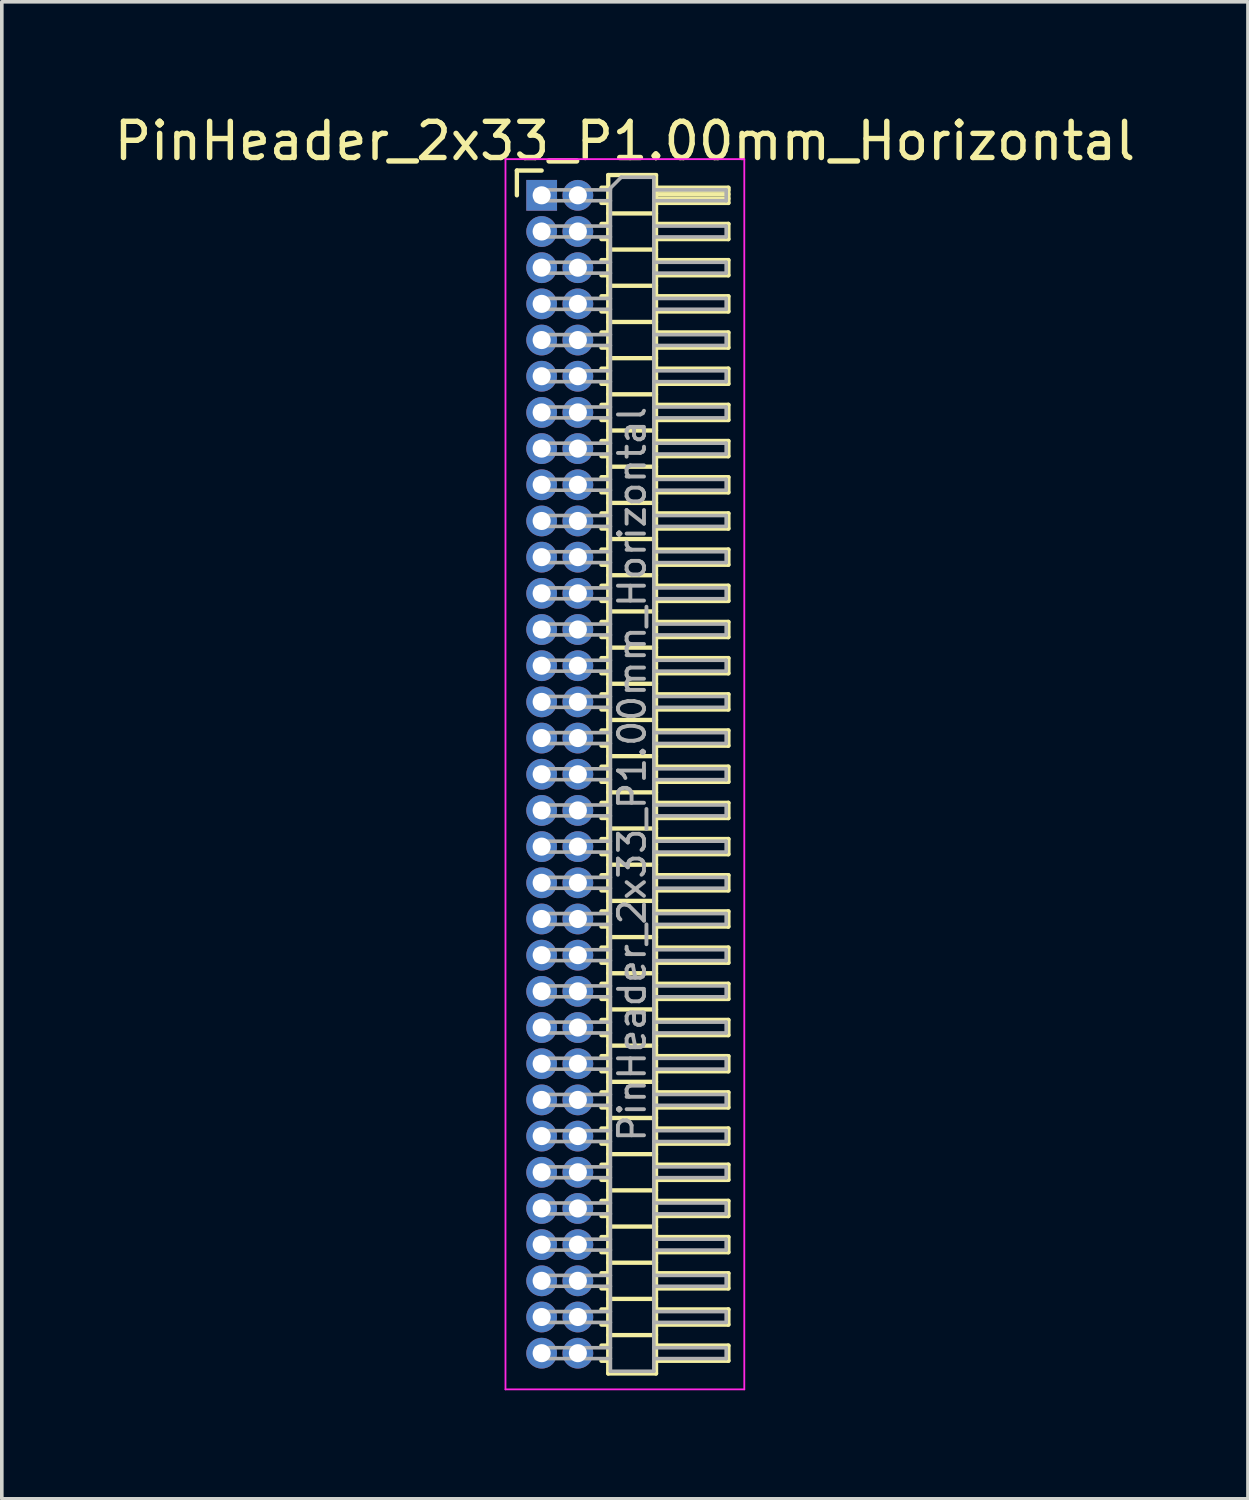
<source format=kicad_pcb>
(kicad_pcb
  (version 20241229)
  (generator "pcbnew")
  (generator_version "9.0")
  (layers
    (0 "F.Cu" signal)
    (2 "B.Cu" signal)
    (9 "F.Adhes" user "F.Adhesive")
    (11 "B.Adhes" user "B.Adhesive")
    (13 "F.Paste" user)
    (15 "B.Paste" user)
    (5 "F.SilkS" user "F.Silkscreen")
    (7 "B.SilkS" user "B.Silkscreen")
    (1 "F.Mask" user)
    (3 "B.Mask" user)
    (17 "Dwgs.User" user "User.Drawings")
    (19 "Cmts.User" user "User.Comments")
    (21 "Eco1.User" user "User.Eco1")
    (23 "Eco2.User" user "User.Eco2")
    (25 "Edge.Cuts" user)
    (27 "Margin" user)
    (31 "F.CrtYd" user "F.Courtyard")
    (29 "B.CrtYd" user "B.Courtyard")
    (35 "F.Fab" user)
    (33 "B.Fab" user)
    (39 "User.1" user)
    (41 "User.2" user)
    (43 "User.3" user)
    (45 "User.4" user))
  (footprint "PinHeader_2x33_P1.00mm_Horizontal"
    (layer "F.Cu")
    (at 11.92 2.348)
    (property "Reference" "PinHeader_2x33_P1.00mm_Horizontal" (at 2.3 -1.5 0) (layer "F.SilkS") (effects (font (size 1 1) (thickness 0.15))))
    (attr through_hole)
    (fp_line (start -0.685 -0.685) (end 0 -0.685) (stroke (width 0.12) (type solid)) (layer "F.SilkS"))
    (fp_line (start -0.685 0) (end -0.685 -0.685) (stroke (width 0.12) (type solid)) (layer "F.SilkS"))
    (fp_line (start 1.652 -0.21) (end 1.84 -0.21) (stroke (width 0.12) (type solid)) (layer "F.SilkS"))
    (fp_line (start 1.652 0.21) (end 1.84 0.21) (stroke (width 0.12) (type solid)) (layer "F.SilkS"))
    (fp_line (start 1.652 0.79) (end 1.84 0.79) (stroke (width 0.12) (type solid)) (layer "F.SilkS"))
    (fp_line (start 1.652 1.21) (end 1.84 1.21) (stroke (width 0.12) (type solid)) (layer "F.SilkS"))
    (fp_line (start 1.652 1.79) (end 1.84 1.79) (stroke (width 0.12) (type solid)) (layer "F.SilkS"))
    (fp_line (start 1.652 2.21) (end 1.84 2.21) (stroke (width 0.12) (type solid)) (layer "F.SilkS"))
    (fp_line (start 1.652 2.79) (end 1.84 2.79) (stroke (width 0.12) (type solid)) (layer "F.SilkS"))
    (fp_line (start 1.652 3.21) (end 1.84 3.21) (stroke (width 0.12) (type solid)) (layer "F.SilkS"))
    (fp_line (start 1.652 3.79) (end 1.84 3.79) (stroke (width 0.12) (type solid)) (layer "F.SilkS"))
    (fp_line (start 1.652 4.21) (end 1.84 4.21) (stroke (width 0.12) (type solid)) (layer "F.SilkS"))
    (fp_line (start 1.652 4.79) (end 1.84 4.79) (stroke (width 0.12) (type solid)) (layer "F.SilkS"))
    (fp_line (start 1.652 5.21) (end 1.84 5.21) (stroke (width 0.12) (type solid)) (layer "F.SilkS"))
    (fp_line (start 1.652 5.79) (end 1.84 5.79) (stroke (width 0.12) (type solid)) (layer "F.SilkS"))
    (fp_line (start 1.652 6.21) (end 1.84 6.21) (stroke (width 0.12) (type solid)) (layer "F.SilkS"))
    (fp_line (start 1.652 6.79) (end 1.84 6.79) (stroke (width 0.12) (type solid)) (layer "F.SilkS"))
    (fp_line (start 1.652 7.21) (end 1.84 7.21) (stroke (width 0.12) (type solid)) (layer "F.SilkS"))
    (fp_line (start 1.652 7.79) (end 1.84 7.79) (stroke (width 0.12) (type solid)) (layer "F.SilkS"))
    (fp_line (start 1.652 8.21) (end 1.84 8.21) (stroke (width 0.12) (type solid)) (layer "F.SilkS"))
    (fp_line (start 1.652 8.79) (end 1.84 8.79) (stroke (width 0.12) (type solid)) (layer "F.SilkS"))
    (fp_line (start 1.652 9.21) (end 1.84 9.21) (stroke (width 0.12) (type solid)) (layer "F.SilkS"))
    (fp_line (start 1.652 9.79) (end 1.84 9.79) (stroke (width 0.12) (type solid)) (layer "F.SilkS"))
    (fp_line (start 1.652 10.21) (end 1.84 10.21) (stroke (width 0.12) (type solid)) (layer "F.SilkS"))
    (fp_line (start 1.652 10.79) (end 1.84 10.79) (stroke (width 0.12) (type solid)) (layer "F.SilkS"))
    (fp_line (start 1.652 11.21) (end 1.84 11.21) (stroke (width 0.12) (type solid)) (layer "F.SilkS"))
    (fp_line (start 1.652 11.79) (end 1.84 11.79) (stroke (width 0.12) (type solid)) (layer "F.SilkS"))
    (fp_line (start 1.652 12.21) (end 1.84 12.21) (stroke (width 0.12) (type solid)) (layer "F.SilkS"))
    (fp_line (start 1.652 12.79) (end 1.84 12.79) (stroke (width 0.12) (type solid)) (layer "F.SilkS"))
    (fp_line (start 1.652 13.21) (end 1.84 13.21) (stroke (width 0.12) (type solid)) (layer "F.SilkS"))
    (fp_line (start 1.652 13.79) (end 1.84 13.79) (stroke (width 0.12) (type solid)) (layer "F.SilkS"))
    (fp_line (start 1.652 14.21) (end 1.84 14.21) (stroke (width 0.12) (type solid)) (layer "F.SilkS"))
    (fp_line (start 1.652 14.79) (end 1.84 14.79) (stroke (width 0.12) (type solid)) (layer "F.SilkS"))
    (fp_line (start 1.652 15.21) (end 1.84 15.21) (stroke (width 0.12) (type solid)) (layer "F.SilkS"))
    (fp_line (start 1.652 15.79) (end 1.84 15.79) (stroke (width 0.12) (type solid)) (layer "F.SilkS"))
    (fp_line (start 1.652 16.21) (end 1.84 16.21) (stroke (width 0.12) (type solid)) (layer "F.SilkS"))
    (fp_line (start 1.652 16.79) (end 1.84 16.79) (stroke (width 0.12) (type solid)) (layer "F.SilkS"))
    (fp_line (start 1.652 17.21) (end 1.84 17.21) (stroke (width 0.12) (type solid)) (layer "F.SilkS"))
    (fp_line (start 1.652 17.79) (end 1.84 17.79) (stroke (width 0.12) (type solid)) (layer "F.SilkS"))
    (fp_line (start 1.652 18.21) (end 1.84 18.21) (stroke (width 0.12) (type solid)) (layer "F.SilkS"))
    (fp_line (start 1.652 18.79) (end 1.84 18.79) (stroke (width 0.12) (type solid)) (layer "F.SilkS"))
    (fp_line (start 1.652 19.21) (end 1.84 19.21) (stroke (width 0.12) (type solid)) (layer "F.SilkS"))
    (fp_line (start 1.652 19.79) (end 1.84 19.79) (stroke (width 0.12) (type solid)) (layer "F.SilkS"))
    (fp_line (start 1.652 20.21) (end 1.84 20.21) (stroke (width 0.12) (type solid)) (layer "F.SilkS"))
    (fp_line (start 1.652 20.79) (end 1.84 20.79) (stroke (width 0.12) (type solid)) (layer "F.SilkS"))
    (fp_line (start 1.652 21.21) (end 1.84 21.21) (stroke (width 0.12) (type solid)) (layer "F.SilkS"))
    (fp_line (start 1.652 21.79) (end 1.84 21.79) (stroke (width 0.12) (type solid)) (layer "F.SilkS"))
    (fp_line (start 1.652 22.21) (end 1.84 22.21) (stroke (width 0.12) (type solid)) (layer "F.SilkS"))
    (fp_line (start 1.652 22.79) (end 1.84 22.79) (stroke (width 0.12) (type solid)) (layer "F.SilkS"))
    (fp_line (start 1.652 23.21) (end 1.84 23.21) (stroke (width 0.12) (type solid)) (layer "F.SilkS"))
    (fp_line (start 1.652 23.79) (end 1.84 23.79) (stroke (width 0.12) (type solid)) (layer "F.SilkS"))
    (fp_line (start 1.652 24.21) (end 1.84 24.21) (stroke (width 0.12) (type solid)) (layer "F.SilkS"))
    (fp_line (start 1.652 24.79) (end 1.84 24.79) (stroke (width 0.12) (type solid)) (layer "F.SilkS"))
    (fp_line (start 1.652 25.21) (end 1.84 25.21) (stroke (width 0.12) (type solid)) (layer "F.SilkS"))
    (fp_line (start 1.652 25.79) (end 1.84 25.79) (stroke (width 0.12) (type solid)) (layer "F.SilkS"))
    (fp_line (start 1.652 26.21) (end 1.84 26.21) (stroke (width 0.12) (type solid)) (layer "F.SilkS"))
    (fp_line (start 1.652 26.79) (end 1.84 26.79) (stroke (width 0.12) (type solid)) (layer "F.SilkS"))
    (fp_line (start 1.652 27.21) (end 1.84 27.21) (stroke (width 0.12) (type solid)) (layer "F.SilkS"))
    (fp_line (start 1.652 27.79) (end 1.84 27.79) (stroke (width 0.12) (type solid)) (layer "F.SilkS"))
    (fp_line (start 1.652 28.21) (end 1.84 28.21) (stroke (width 0.12) (type solid)) (layer "F.SilkS"))
    (fp_line (start 1.652 28.79) (end 1.84 28.79) (stroke (width 0.12) (type solid)) (layer "F.SilkS"))
    (fp_line (start 1.652 29.21) (end 1.84 29.21) (stroke (width 0.12) (type solid)) (layer "F.SilkS"))
    (fp_line (start 1.652 29.79) (end 1.84 29.79) (stroke (width 0.12) (type solid)) (layer "F.SilkS"))
    (fp_line (start 1.652 30.21) (end 1.84 30.21) (stroke (width 0.12) (type solid)) (layer "F.SilkS"))
    (fp_line (start 1.652 30.79) (end 1.84 30.79) (stroke (width 0.12) (type solid)) (layer "F.SilkS"))
    (fp_line (start 1.652 31.21) (end 1.84 31.21) (stroke (width 0.12) (type solid)) (layer "F.SilkS"))
    (fp_line (start 1.652 31.79) (end 1.84 31.79) (stroke (width 0.12) (type solid)) (layer "F.SilkS"))
    (fp_line (start 1.652 32.21) (end 1.84 32.21) (stroke (width 0.12) (type solid)) (layer "F.SilkS"))
    (fp_line (start 1.84 -0.56) (end 1.84 32.56) (stroke (width 0.12) (type solid)) (layer "F.SilkS"))
    (fp_line (start 1.84 0.5) (end 3.16 0.5) (stroke (width 0.12) (type solid)) (layer "F.SilkS"))
    (fp_line (start 1.84 1.5) (end 3.16 1.5) (stroke (width 0.12) (type solid)) (layer "F.SilkS"))
    (fp_line (start 1.84 2.5) (end 3.16 2.5) (stroke (width 0.12) (type solid)) (layer "F.SilkS"))
    (fp_line (start 1.84 3.5) (end 3.16 3.5) (stroke (width 0.12) (type solid)) (layer "F.SilkS"))
    (fp_line (start 1.84 4.5) (end 3.16 4.5) (stroke (width 0.12) (type solid)) (layer "F.SilkS"))
    (fp_line (start 1.84 5.5) (end 3.16 5.5) (stroke (width 0.12) (type solid)) (layer "F.SilkS"))
    (fp_line (start 1.84 6.5) (end 3.16 6.5) (stroke (width 0.12) (type solid)) (layer "F.SilkS"))
    (fp_line (start 1.84 7.5) (end 3.16 7.5) (stroke (width 0.12) (type solid)) (layer "F.SilkS"))
    (fp_line (start 1.84 8.5) (end 3.16 8.5) (stroke (width 0.12) (type solid)) (layer "F.SilkS"))
    (fp_line (start 1.84 9.5) (end 3.16 9.5) (stroke (width 0.12) (type solid)) (layer "F.SilkS"))
    (fp_line (start 1.84 10.5) (end 3.16 10.5) (stroke (width 0.12) (type solid)) (layer "F.SilkS"))
    (fp_line (start 1.84 11.5) (end 3.16 11.5) (stroke (width 0.12) (type solid)) (layer "F.SilkS"))
    (fp_line (start 1.84 12.5) (end 3.16 12.5) (stroke (width 0.12) (type solid)) (layer "F.SilkS"))
    (fp_line (start 1.84 13.5) (end 3.16 13.5) (stroke (width 0.12) (type solid)) (layer "F.SilkS"))
    (fp_line (start 1.84 14.5) (end 3.16 14.5) (stroke (width 0.12) (type solid)) (layer "F.SilkS"))
    (fp_line (start 1.84 15.5) (end 3.16 15.5) (stroke (width 0.12) (type solid)) (layer "F.SilkS"))
    (fp_line (start 1.84 16.5) (end 3.16 16.5) (stroke (width 0.12) (type solid)) (layer "F.SilkS"))
    (fp_line (start 1.84 17.5) (end 3.16 17.5) (stroke (width 0.12) (type solid)) (layer "F.SilkS"))
    (fp_line (start 1.84 18.5) (end 3.16 18.5) (stroke (width 0.12) (type solid)) (layer "F.SilkS"))
    (fp_line (start 1.84 19.5) (end 3.16 19.5) (stroke (width 0.12) (type solid)) (layer "F.SilkS"))
    (fp_line (start 1.84 20.5) (end 3.16 20.5) (stroke (width 0.12) (type solid)) (layer "F.SilkS"))
    (fp_line (start 1.84 21.5) (end 3.16 21.5) (stroke (width 0.12) (type solid)) (layer "F.SilkS"))
    (fp_line (start 1.84 22.5) (end 3.16 22.5) (stroke (width 0.12) (type solid)) (layer "F.SilkS"))
    (fp_line (start 1.84 23.5) (end 3.16 23.5) (stroke (width 0.12) (type solid)) (layer "F.SilkS"))
    (fp_line (start 1.84 24.5) (end 3.16 24.5) (stroke (width 0.12) (type solid)) (layer "F.SilkS"))
    (fp_line (start 1.84 25.5) (end 3.16 25.5) (stroke (width 0.12) (type solid)) (layer "F.SilkS"))
    (fp_line (start 1.84 26.5) (end 3.16 26.5) (stroke (width 0.12) (type solid)) (layer "F.SilkS"))
    (fp_line (start 1.84 27.5) (end 3.16 27.5) (stroke (width 0.12) (type solid)) (layer "F.SilkS"))
    (fp_line (start 1.84 28.5) (end 3.16 28.5) (stroke (width 0.12) (type solid)) (layer "F.SilkS"))
    (fp_line (start 1.84 29.5) (end 3.16 29.5) (stroke (width 0.12) (type solid)) (layer "F.SilkS"))
    (fp_line (start 1.84 30.5) (end 3.16 30.5) (stroke (width 0.12) (type solid)) (layer "F.SilkS"))
    (fp_line (start 1.84 31.5) (end 3.16 31.5) (stroke (width 0.12) (type solid)) (layer "F.SilkS"))
    (fp_line (start 1.84 32.56) (end 3.16 32.56) (stroke (width 0.12) (type solid)) (layer "F.SilkS"))
    (fp_line (start 3.16 -0.56) (end 1.84 -0.56) (stroke (width 0.12) (type solid)) (layer "F.SilkS"))
    (fp_line (start 3.16 -0.21) (end 5.16 -0.21) (stroke (width 0.12) (type solid)) (layer "F.SilkS"))
    (fp_line (start 3.16 -0.15) (end 5.16 -0.15) (stroke (width 0.12) (type solid)) (layer "F.SilkS"))
    (fp_line (start 3.16 -0.03) (end 5.16 -0.03) (stroke (width 0.12) (type solid)) (layer "F.SilkS"))
    (fp_line (start 3.16 0.09) (end 5.16 0.09) (stroke (width 0.12) (type solid)) (layer "F.SilkS"))
    (fp_line (start 3.16 0.79) (end 5.16 0.79) (stroke (width 0.12) (type solid)) (layer "F.SilkS"))
    (fp_line (start 3.16 1.79) (end 5.16 1.79) (stroke (width 0.12) (type solid)) (layer "F.SilkS"))
    (fp_line (start 3.16 2.79) (end 5.16 2.79) (stroke (width 0.12) (type solid)) (layer "F.SilkS"))
    (fp_line (start 3.16 3.79) (end 5.16 3.79) (stroke (width 0.12) (type solid)) (layer "F.SilkS"))
    (fp_line (start 3.16 4.79) (end 5.16 4.79) (stroke (width 0.12) (type solid)) (layer "F.SilkS"))
    (fp_line (start 3.16 5.79) (end 5.16 5.79) (stroke (width 0.12) (type solid)) (layer "F.SilkS"))
    (fp_line (start 3.16 6.79) (end 5.16 6.79) (stroke (width 0.12) (type solid)) (layer "F.SilkS"))
    (fp_line (start 3.16 7.79) (end 5.16 7.79) (stroke (width 0.12) (type solid)) (layer "F.SilkS"))
    (fp_line (start 3.16 8.79) (end 5.16 8.79) (stroke (width 0.12) (type solid)) (layer "F.SilkS"))
    (fp_line (start 3.16 9.79) (end 5.16 9.79) (stroke (width 0.12) (type solid)) (layer "F.SilkS"))
    (fp_line (start 3.16 10.79) (end 5.16 10.79) (stroke (width 0.12) (type solid)) (layer "F.SilkS"))
    (fp_line (start 3.16 11.79) (end 5.16 11.79) (stroke (width 0.12) (type solid)) (layer "F.SilkS"))
    (fp_line (start 3.16 12.79) (end 5.16 12.79) (stroke (width 0.12) (type solid)) (layer "F.SilkS"))
    (fp_line (start 3.16 13.79) (end 5.16 13.79) (stroke (width 0.12) (type solid)) (layer "F.SilkS"))
    (fp_line (start 3.16 14.79) (end 5.16 14.79) (stroke (width 0.12) (type solid)) (layer "F.SilkS"))
    (fp_line (start 3.16 15.79) (end 5.16 15.79) (stroke (width 0.12) (type solid)) (layer "F.SilkS"))
    (fp_line (start 3.16 16.79) (end 5.16 16.79) (stroke (width 0.12) (type solid)) (layer "F.SilkS"))
    (fp_line (start 3.16 17.79) (end 5.16 17.79) (stroke (width 0.12) (type solid)) (layer "F.SilkS"))
    (fp_line (start 3.16 18.79) (end 5.16 18.79) (stroke (width 0.12) (type solid)) (layer "F.SilkS"))
    (fp_line (start 3.16 19.79) (end 5.16 19.79) (stroke (width 0.12) (type solid)) (layer "F.SilkS"))
    (fp_line (start 3.16 20.79) (end 5.16 20.79) (stroke (width 0.12) (type solid)) (layer "F.SilkS"))
    (fp_line (start 3.16 21.79) (end 5.16 21.79) (stroke (width 0.12) (type solid)) (layer "F.SilkS"))
    (fp_line (start 3.16 22.79) (end 5.16 22.79) (stroke (width 0.12) (type solid)) (layer "F.SilkS"))
    (fp_line (start 3.16 23.79) (end 5.16 23.79) (stroke (width 0.12) (type solid)) (layer "F.SilkS"))
    (fp_line (start 3.16 24.79) (end 5.16 24.79) (stroke (width 0.12) (type solid)) (layer "F.SilkS"))
    (fp_line (start 3.16 25.79) (end 5.16 25.79) (stroke (width 0.12) (type solid)) (layer "F.SilkS"))
    (fp_line (start 3.16 26.79) (end 5.16 26.79) (stroke (width 0.12) (type solid)) (layer "F.SilkS"))
    (fp_line (start 3.16 27.79) (end 5.16 27.79) (stroke (width 0.12) (type solid)) (layer "F.SilkS"))
    (fp_line (start 3.16 28.79) (end 5.16 28.79) (stroke (width 0.12) (type solid)) (layer "F.SilkS"))
    (fp_line (start 3.16 29.79) (end 5.16 29.79) (stroke (width 0.12) (type solid)) (layer "F.SilkS"))
    (fp_line (start 3.16 30.79) (end 5.16 30.79) (stroke (width 0.12) (type solid)) (layer "F.SilkS"))
    (fp_line (start 3.16 31.79) (end 5.16 31.79) (stroke (width 0.12) (type solid)) (layer "F.SilkS"))
    (fp_line (start 3.16 32.56) (end 3.16 -0.56) (stroke (width 0.12) (type solid)) (layer "F.SilkS"))
    (fp_line (start 5.16 -0.21) (end 5.16 0.21) (stroke (width 0.12) (type solid)) (layer "F.SilkS"))
    (fp_line (start 5.16 0.21) (end 3.16 0.21) (stroke (width 0.12) (type solid)) (layer "F.SilkS"))
    (fp_line (start 5.16 0.79) (end 5.16 1.21) (stroke (width 0.12) (type solid)) (layer "F.SilkS"))
    (fp_line (start 5.16 1.21) (end 3.16 1.21) (stroke (width 0.12) (type solid)) (layer "F.SilkS"))
    (fp_line (start 5.16 1.79) (end 5.16 2.21) (stroke (width 0.12) (type solid)) (layer "F.SilkS"))
    (fp_line (start 5.16 2.21) (end 3.16 2.21) (stroke (width 0.12) (type solid)) (layer "F.SilkS"))
    (fp_line (start 5.16 2.79) (end 5.16 3.21) (stroke (width 0.12) (type solid)) (layer "F.SilkS"))
    (fp_line (start 5.16 3.21) (end 3.16 3.21) (stroke (width 0.12) (type solid)) (layer "F.SilkS"))
    (fp_line (start 5.16 3.79) (end 5.16 4.21) (stroke (width 0.12) (type solid)) (layer "F.SilkS"))
    (fp_line (start 5.16 4.21) (end 3.16 4.21) (stroke (width 0.12) (type solid)) (layer "F.SilkS"))
    (fp_line (start 5.16 4.79) (end 5.16 5.21) (stroke (width 0.12) (type solid)) (layer "F.SilkS"))
    (fp_line (start 5.16 5.21) (end 3.16 5.21) (stroke (width 0.12) (type solid)) (layer "F.SilkS"))
    (fp_line (start 5.16 5.79) (end 5.16 6.21) (stroke (width 0.12) (type solid)) (layer "F.SilkS"))
    (fp_line (start 5.16 6.21) (end 3.16 6.21) (stroke (width 0.12) (type solid)) (layer "F.SilkS"))
    (fp_line (start 5.16 6.79) (end 5.16 7.21) (stroke (width 0.12) (type solid)) (layer "F.SilkS"))
    (fp_line (start 5.16 7.21) (end 3.16 7.21) (stroke (width 0.12) (type solid)) (layer "F.SilkS"))
    (fp_line (start 5.16 7.79) (end 5.16 8.21) (stroke (width 0.12) (type solid)) (layer "F.SilkS"))
    (fp_line (start 5.16 8.21) (end 3.16 8.21) (stroke (width 0.12) (type solid)) (layer "F.SilkS"))
    (fp_line (start 5.16 8.79) (end 5.16 9.21) (stroke (width 0.12) (type solid)) (layer "F.SilkS"))
    (fp_line (start 5.16 9.21) (end 3.16 9.21) (stroke (width 0.12) (type solid)) (layer "F.SilkS"))
    (fp_line (start 5.16 9.79) (end 5.16 10.21) (stroke (width 0.12) (type solid)) (layer "F.SilkS"))
    (fp_line (start 5.16 10.21) (end 3.16 10.21) (stroke (width 0.12) (type solid)) (layer "F.SilkS"))
    (fp_line (start 5.16 10.79) (end 5.16 11.21) (stroke (width 0.12) (type solid)) (layer "F.SilkS"))
    (fp_line (start 5.16 11.21) (end 3.16 11.21) (stroke (width 0.12) (type solid)) (layer "F.SilkS"))
    (fp_line (start 5.16 11.79) (end 5.16 12.21) (stroke (width 0.12) (type solid)) (layer "F.SilkS"))
    (fp_line (start 5.16 12.21) (end 3.16 12.21) (stroke (width 0.12) (type solid)) (layer "F.SilkS"))
    (fp_line (start 5.16 12.79) (end 5.16 13.21) (stroke (width 0.12) (type solid)) (layer "F.SilkS"))
    (fp_line (start 5.16 13.21) (end 3.16 13.21) (stroke (width 0.12) (type solid)) (layer "F.SilkS"))
    (fp_line (start 5.16 13.79) (end 5.16 14.21) (stroke (width 0.12) (type solid)) (layer "F.SilkS"))
    (fp_line (start 5.16 14.21) (end 3.16 14.21) (stroke (width 0.12) (type solid)) (layer "F.SilkS"))
    (fp_line (start 5.16 14.79) (end 5.16 15.21) (stroke (width 0.12) (type solid)) (layer "F.SilkS"))
    (fp_line (start 5.16 15.21) (end 3.16 15.21) (stroke (width 0.12) (type solid)) (layer "F.SilkS"))
    (fp_line (start 5.16 15.79) (end 5.16 16.21) (stroke (width 0.12) (type solid)) (layer "F.SilkS"))
    (fp_line (start 5.16 16.21) (end 3.16 16.21) (stroke (width 0.12) (type solid)) (layer "F.SilkS"))
    (fp_line (start 5.16 16.79) (end 5.16 17.21) (stroke (width 0.12) (type solid)) (layer "F.SilkS"))
    (fp_line (start 5.16 17.21) (end 3.16 17.21) (stroke (width 0.12) (type solid)) (layer "F.SilkS"))
    (fp_line (start 5.16 17.79) (end 5.16 18.21) (stroke (width 0.12) (type solid)) (layer "F.SilkS"))
    (fp_line (start 5.16 18.21) (end 3.16 18.21) (stroke (width 0.12) (type solid)) (layer "F.SilkS"))
    (fp_line (start 5.16 18.79) (end 5.16 19.21) (stroke (width 0.12) (type solid)) (layer "F.SilkS"))
    (fp_line (start 5.16 19.21) (end 3.16 19.21) (stroke (width 0.12) (type solid)) (layer "F.SilkS"))
    (fp_line (start 5.16 19.79) (end 5.16 20.21) (stroke (width 0.12) (type solid)) (layer "F.SilkS"))
    (fp_line (start 5.16 20.21) (end 3.16 20.21) (stroke (width 0.12) (type solid)) (layer "F.SilkS"))
    (fp_line (start 5.16 20.79) (end 5.16 21.21) (stroke (width 0.12) (type solid)) (layer "F.SilkS"))
    (fp_line (start 5.16 21.21) (end 3.16 21.21) (stroke (width 0.12) (type solid)) (layer "F.SilkS"))
    (fp_line (start 5.16 21.79) (end 5.16 22.21) (stroke (width 0.12) (type solid)) (layer "F.SilkS"))
    (fp_line (start 5.16 22.21) (end 3.16 22.21) (stroke (width 0.12) (type solid)) (layer "F.SilkS"))
    (fp_line (start 5.16 22.79) (end 5.16 23.21) (stroke (width 0.12) (type solid)) (layer "F.SilkS"))
    (fp_line (start 5.16 23.21) (end 3.16 23.21) (stroke (width 0.12) (type solid)) (layer "F.SilkS"))
    (fp_line (start 5.16 23.79) (end 5.16 24.21) (stroke (width 0.12) (type solid)) (layer "F.SilkS"))
    (fp_line (start 5.16 24.21) (end 3.16 24.21) (stroke (width 0.12) (type solid)) (layer "F.SilkS"))
    (fp_line (start 5.16 24.79) (end 5.16 25.21) (stroke (width 0.12) (type solid)) (layer "F.SilkS"))
    (fp_line (start 5.16 25.21) (end 3.16 25.21) (stroke (width 0.12) (type solid)) (layer "F.SilkS"))
    (fp_line (start 5.16 25.79) (end 5.16 26.21) (stroke (width 0.12) (type solid)) (layer "F.SilkS"))
    (fp_line (start 5.16 26.21) (end 3.16 26.21) (stroke (width 0.12) (type solid)) (layer "F.SilkS"))
    (fp_line (start 5.16 26.79) (end 5.16 27.21) (stroke (width 0.12) (type solid)) (layer "F.SilkS"))
    (fp_line (start 5.16 27.21) (end 3.16 27.21) (stroke (width 0.12) (type solid)) (layer "F.SilkS"))
    (fp_line (start 5.16 27.79) (end 5.16 28.21) (stroke (width 0.12) (type solid)) (layer "F.SilkS"))
    (fp_line (start 5.16 28.21) (end 3.16 28.21) (stroke (width 0.12) (type solid)) (layer "F.SilkS"))
    (fp_line (start 5.16 28.79) (end 5.16 29.21) (stroke (width 0.12) (type solid)) (layer "F.SilkS"))
    (fp_line (start 5.16 29.21) (end 3.16 29.21) (stroke (width 0.12) (type solid)) (layer "F.SilkS"))
    (fp_line (start 5.16 29.79) (end 5.16 30.21) (stroke (width 0.12) (type solid)) (layer "F.SilkS"))
    (fp_line (start 5.16 30.21) (end 3.16 30.21) (stroke (width 0.12) (type solid)) (layer "F.SilkS"))
    (fp_line (start 5.16 30.79) (end 5.16 31.21) (stroke (width 0.12) (type solid)) (layer "F.SilkS"))
    (fp_line (start 5.16 31.21) (end 3.16 31.21) (stroke (width 0.12) (type solid)) (layer "F.SilkS"))
    (fp_line (start 5.16 31.79) (end 5.16 32.21) (stroke (width 0.12) (type solid)) (layer "F.SilkS"))
    (fp_line (start 5.16 32.21) (end 3.16 32.21) (stroke (width 0.12) (type solid)) (layer "F.SilkS"))
    (fp_line (start -1 -1) (end -1 33) (stroke (width 0.05) (type solid)) (layer "F.CrtYd"))
    (fp_line (start -1 33) (end 5.6 33) (stroke (width 0.05) (type solid)) (layer "F.CrtYd"))
    (fp_line (start 5.6 -1) (end -1 -1) (stroke (width 0.05) (type solid)) (layer "F.CrtYd"))
    (fp_line (start 5.6 33) (end 5.6 -1) (stroke (width 0.05) (type solid)) (layer "F.CrtYd"))
    (fp_line (start -0.15 -0.15) (end -0.15 0.15) (stroke (width 0.1) (type solid)) (layer "F.Fab"))
    (fp_line (start -0.15 -0.15) (end 1.9 -0.15) (stroke (width 0.1) (type solid)) (layer "F.Fab"))
    (fp_line (start -0.15 0.15) (end 1.9 0.15) (stroke (width 0.1) (type solid)) (layer "F.Fab"))
    (fp_line (start -0.15 0.85) (end -0.15 1.15) (stroke (width 0.1) (type solid)) (layer "F.Fab"))
    (fp_line (start -0.15 0.85) (end 1.9 0.85) (stroke (width 0.1) (type solid)) (layer "F.Fab"))
    (fp_line (start -0.15 1.15) (end 1.9 1.15) (stroke (width 0.1) (type solid)) (layer "F.Fab"))
    (fp_line (start -0.15 1.85) (end -0.15 2.15) (stroke (width 0.1) (type solid)) (layer "F.Fab"))
    (fp_line (start -0.15 1.85) (end 1.9 1.85) (stroke (width 0.1) (type solid)) (layer "F.Fab"))
    (fp_line (start -0.15 2.15) (end 1.9 2.15) (stroke (width 0.1) (type solid)) (layer "F.Fab"))
    (fp_line (start -0.15 2.85) (end -0.15 3.15) (stroke (width 0.1) (type solid)) (layer "F.Fab"))
    (fp_line (start -0.15 2.85) (end 1.9 2.85) (stroke (width 0.1) (type solid)) (layer "F.Fab"))
    (fp_line (start -0.15 3.15) (end 1.9 3.15) (stroke (width 0.1) (type solid)) (layer "F.Fab"))
    (fp_line (start -0.15 3.85) (end -0.15 4.15) (stroke (width 0.1) (type solid)) (layer "F.Fab"))
    (fp_line (start -0.15 3.85) (end 1.9 3.85) (stroke (width 0.1) (type solid)) (layer "F.Fab"))
    (fp_line (start -0.15 4.15) (end 1.9 4.15) (stroke (width 0.1) (type solid)) (layer "F.Fab"))
    (fp_line (start -0.15 4.85) (end -0.15 5.15) (stroke (width 0.1) (type solid)) (layer "F.Fab"))
    (fp_line (start -0.15 4.85) (end 1.9 4.85) (stroke (width 0.1) (type solid)) (layer "F.Fab"))
    (fp_line (start -0.15 5.15) (end 1.9 5.15) (stroke (width 0.1) (type solid)) (layer "F.Fab"))
    (fp_line (start -0.15 5.85) (end -0.15 6.15) (stroke (width 0.1) (type solid)) (layer "F.Fab"))
    (fp_line (start -0.15 5.85) (end 1.9 5.85) (stroke (width 0.1) (type solid)) (layer "F.Fab"))
    (fp_line (start -0.15 6.15) (end 1.9 6.15) (stroke (width 0.1) (type solid)) (layer "F.Fab"))
    (fp_line (start -0.15 6.85) (end -0.15 7.15) (stroke (width 0.1) (type solid)) (layer "F.Fab"))
    (fp_line (start -0.15 6.85) (end 1.9 6.85) (stroke (width 0.1) (type solid)) (layer "F.Fab"))
    (fp_line (start -0.15 7.15) (end 1.9 7.15) (stroke (width 0.1) (type solid)) (layer "F.Fab"))
    (fp_line (start -0.15 7.85) (end -0.15 8.15) (stroke (width 0.1) (type solid)) (layer "F.Fab"))
    (fp_line (start -0.15 7.85) (end 1.9 7.85) (stroke (width 0.1) (type solid)) (layer "F.Fab"))
    (fp_line (start -0.15 8.15) (end 1.9 8.15) (stroke (width 0.1) (type solid)) (layer "F.Fab"))
    (fp_line (start -0.15 8.85) (end -0.15 9.15) (stroke (width 0.1) (type solid)) (layer "F.Fab"))
    (fp_line (start -0.15 8.85) (end 1.9 8.85) (stroke (width 0.1) (type solid)) (layer "F.Fab"))
    (fp_line (start -0.15 9.15) (end 1.9 9.15) (stroke (width 0.1) (type solid)) (layer "F.Fab"))
    (fp_line (start -0.15 9.85) (end -0.15 10.15) (stroke (width 0.1) (type solid)) (layer "F.Fab"))
    (fp_line (start -0.15 9.85) (end 1.9 9.85) (stroke (width 0.1) (type solid)) (layer "F.Fab"))
    (fp_line (start -0.15 10.15) (end 1.9 10.15) (stroke (width 0.1) (type solid)) (layer "F.Fab"))
    (fp_line (start -0.15 10.85) (end -0.15 11.15) (stroke (width 0.1) (type solid)) (layer "F.Fab"))
    (fp_line (start -0.15 10.85) (end 1.9 10.85) (stroke (width 0.1) (type solid)) (layer "F.Fab"))
    (fp_line (start -0.15 11.15) (end 1.9 11.15) (stroke (width 0.1) (type solid)) (layer "F.Fab"))
    (fp_line (start -0.15 11.85) (end -0.15 12.15) (stroke (width 0.1) (type solid)) (layer "F.Fab"))
    (fp_line (start -0.15 11.85) (end 1.9 11.85) (stroke (width 0.1) (type solid)) (layer "F.Fab"))
    (fp_line (start -0.15 12.15) (end 1.9 12.15) (stroke (width 0.1) (type solid)) (layer "F.Fab"))
    (fp_line (start -0.15 12.85) (end -0.15 13.15) (stroke (width 0.1) (type solid)) (layer "F.Fab"))
    (fp_line (start -0.15 12.85) (end 1.9 12.85) (stroke (width 0.1) (type solid)) (layer "F.Fab"))
    (fp_line (start -0.15 13.15) (end 1.9 13.15) (stroke (width 0.1) (type solid)) (layer "F.Fab"))
    (fp_line (start -0.15 13.85) (end -0.15 14.15) (stroke (width 0.1) (type solid)) (layer "F.Fab"))
    (fp_line (start -0.15 13.85) (end 1.9 13.85) (stroke (width 0.1) (type solid)) (layer "F.Fab"))
    (fp_line (start -0.15 14.15) (end 1.9 14.15) (stroke (width 0.1) (type solid)) (layer "F.Fab"))
    (fp_line (start -0.15 14.85) (end -0.15 15.15) (stroke (width 0.1) (type solid)) (layer "F.Fab"))
    (fp_line (start -0.15 14.85) (end 1.9 14.85) (stroke (width 0.1) (type solid)) (layer "F.Fab"))
    (fp_line (start -0.15 15.15) (end 1.9 15.15) (stroke (width 0.1) (type solid)) (layer "F.Fab"))
    (fp_line (start -0.15 15.85) (end -0.15 16.15) (stroke (width 0.1) (type solid)) (layer "F.Fab"))
    (fp_line (start -0.15 15.85) (end 1.9 15.85) (stroke (width 0.1) (type solid)) (layer "F.Fab"))
    (fp_line (start -0.15 16.15) (end 1.9 16.15) (stroke (width 0.1) (type solid)) (layer "F.Fab"))
    (fp_line (start -0.15 16.85) (end -0.15 17.15) (stroke (width 0.1) (type solid)) (layer "F.Fab"))
    (fp_line (start -0.15 16.85) (end 1.9 16.85) (stroke (width 0.1) (type solid)) (layer "F.Fab"))
    (fp_line (start -0.15 17.15) (end 1.9 17.15) (stroke (width 0.1) (type solid)) (layer "F.Fab"))
    (fp_line (start -0.15 17.85) (end -0.15 18.15) (stroke (width 0.1) (type solid)) (layer "F.Fab"))
    (fp_line (start -0.15 17.85) (end 1.9 17.85) (stroke (width 0.1) (type solid)) (layer "F.Fab"))
    (fp_line (start -0.15 18.15) (end 1.9 18.15) (stroke (width 0.1) (type solid)) (layer "F.Fab"))
    (fp_line (start -0.15 18.85) (end -0.15 19.15) (stroke (width 0.1) (type solid)) (layer "F.Fab"))
    (fp_line (start -0.15 18.85) (end 1.9 18.85) (stroke (width 0.1) (type solid)) (layer "F.Fab"))
    (fp_line (start -0.15 19.15) (end 1.9 19.15) (stroke (width 0.1) (type solid)) (layer "F.Fab"))
    (fp_line (start -0.15 19.85) (end -0.15 20.15) (stroke (width 0.1) (type solid)) (layer "F.Fab"))
    (fp_line (start -0.15 19.85) (end 1.9 19.85) (stroke (width 0.1) (type solid)) (layer "F.Fab"))
    (fp_line (start -0.15 20.15) (end 1.9 20.15) (stroke (width 0.1) (type solid)) (layer "F.Fab"))
    (fp_line (start -0.15 20.85) (end -0.15 21.15) (stroke (width 0.1) (type solid)) (layer "F.Fab"))
    (fp_line (start -0.15 20.85) (end 1.9 20.85) (stroke (width 0.1) (type solid)) (layer "F.Fab"))
    (fp_line (start -0.15 21.15) (end 1.9 21.15) (stroke (width 0.1) (type solid)) (layer "F.Fab"))
    (fp_line (start -0.15 21.85) (end -0.15 22.15) (stroke (width 0.1) (type solid)) (layer "F.Fab"))
    (fp_line (start -0.15 21.85) (end 1.9 21.85) (stroke (width 0.1) (type solid)) (layer "F.Fab"))
    (fp_line (start -0.15 22.15) (end 1.9 22.15) (stroke (width 0.1) (type solid)) (layer "F.Fab"))
    (fp_line (start -0.15 22.85) (end -0.15 23.15) (stroke (width 0.1) (type solid)) (layer "F.Fab"))
    (fp_line (start -0.15 22.85) (end 1.9 22.85) (stroke (width 0.1) (type solid)) (layer "F.Fab"))
    (fp_line (start -0.15 23.15) (end 1.9 23.15) (stroke (width 0.1) (type solid)) (layer "F.Fab"))
    (fp_line (start -0.15 23.85) (end -0.15 24.15) (stroke (width 0.1) (type solid)) (layer "F.Fab"))
    (fp_line (start -0.15 23.85) (end 1.9 23.85) (stroke (width 0.1) (type solid)) (layer "F.Fab"))
    (fp_line (start -0.15 24.15) (end 1.9 24.15) (stroke (width 0.1) (type solid)) (layer "F.Fab"))
    (fp_line (start -0.15 24.85) (end -0.15 25.15) (stroke (width 0.1) (type solid)) (layer "F.Fab"))
    (fp_line (start -0.15 24.85) (end 1.9 24.85) (stroke (width 0.1) (type solid)) (layer "F.Fab"))
    (fp_line (start -0.15 25.15) (end 1.9 25.15) (stroke (width 0.1) (type solid)) (layer "F.Fab"))
    (fp_line (start -0.15 25.85) (end -0.15 26.15) (stroke (width 0.1) (type solid)) (layer "F.Fab"))
    (fp_line (start -0.15 25.85) (end 1.9 25.85) (stroke (width 0.1) (type solid)) (layer "F.Fab"))
    (fp_line (start -0.15 26.15) (end 1.9 26.15) (stroke (width 0.1) (type solid)) (layer "F.Fab"))
    (fp_line (start -0.15 26.85) (end -0.15 27.15) (stroke (width 0.1) (type solid)) (layer "F.Fab"))
    (fp_line (start -0.15 26.85) (end 1.9 26.85) (stroke (width 0.1) (type solid)) (layer "F.Fab"))
    (fp_line (start -0.15 27.15) (end 1.9 27.15) (stroke (width 0.1) (type solid)) (layer "F.Fab"))
    (fp_line (start -0.15 27.85) (end -0.15 28.15) (stroke (width 0.1) (type solid)) (layer "F.Fab"))
    (fp_line (start -0.15 27.85) (end 1.9 27.85) (stroke (width 0.1) (type solid)) (layer "F.Fab"))
    (fp_line (start -0.15 28.15) (end 1.9 28.15) (stroke (width 0.1) (type solid)) (layer "F.Fab"))
    (fp_line (start -0.15 28.85) (end -0.15 29.15) (stroke (width 0.1) (type solid)) (layer "F.Fab"))
    (fp_line (start -0.15 28.85) (end 1.9 28.85) (stroke (width 0.1) (type solid)) (layer "F.Fab"))
    (fp_line (start -0.15 29.15) (end 1.9 29.15) (stroke (width 0.1) (type solid)) (layer "F.Fab"))
    (fp_line (start -0.15 29.85) (end -0.15 30.15) (stroke (width 0.1) (type solid)) (layer "F.Fab"))
    (fp_line (start -0.15 29.85) (end 1.9 29.85) (stroke (width 0.1) (type solid)) (layer "F.Fab"))
    (fp_line (start -0.15 30.15) (end 1.9 30.15) (stroke (width 0.1) (type solid)) (layer "F.Fab"))
    (fp_line (start -0.15 30.85) (end -0.15 31.15) (stroke (width 0.1) (type solid)) (layer "F.Fab"))
    (fp_line (start -0.15 30.85) (end 1.9 30.85) (stroke (width 0.1) (type solid)) (layer "F.Fab"))
    (fp_line (start -0.15 31.15) (end 1.9 31.15) (stroke (width 0.1) (type solid)) (layer "F.Fab"))
    (fp_line (start -0.15 31.85) (end -0.15 32.15) (stroke (width 0.1) (type solid)) (layer "F.Fab"))
    (fp_line (start -0.15 31.85) (end 1.9 31.85) (stroke (width 0.1) (type solid)) (layer "F.Fab"))
    (fp_line (start -0.15 32.15) (end 1.9 32.15) (stroke (width 0.1) (type solid)) (layer "F.Fab"))
    (fp_line (start 1.9 -0.2) (end 2.2 -0.5) (stroke (width 0.1) (type solid)) (layer "F.Fab"))
    (fp_line (start 1.9 32.5) (end 1.9 -0.2) (stroke (width 0.1) (type solid)) (layer "F.Fab"))
    (fp_line (start 2.2 -0.5) (end 3.1 -0.5) (stroke (width 0.1) (type solid)) (layer "F.Fab"))
    (fp_line (start 3.1 -0.5) (end 3.1 32.5) (stroke (width 0.1) (type solid)) (layer "F.Fab"))
    (fp_line (start 3.1 -0.15) (end 5.1 -0.15) (stroke (width 0.1) (type solid)) (layer "F.Fab"))
    (fp_line (start 3.1 0.15) (end 5.1 0.15) (stroke (width 0.1) (type solid)) (layer "F.Fab"))
    (fp_line (start 3.1 0.85) (end 5.1 0.85) (stroke (width 0.1) (type solid)) (layer "F.Fab"))
    (fp_line (start 3.1 1.15) (end 5.1 1.15) (stroke (width 0.1) (type solid)) (layer "F.Fab"))
    (fp_line (start 3.1 1.85) (end 5.1 1.85) (stroke (width 0.1) (type solid)) (layer "F.Fab"))
    (fp_line (start 3.1 2.15) (end 5.1 2.15) (stroke (width 0.1) (type solid)) (layer "F.Fab"))
    (fp_line (start 3.1 2.85) (end 5.1 2.85) (stroke (width 0.1) (type solid)) (layer "F.Fab"))
    (fp_line (start 3.1 3.15) (end 5.1 3.15) (stroke (width 0.1) (type solid)) (layer "F.Fab"))
    (fp_line (start 3.1 3.85) (end 5.1 3.85) (stroke (width 0.1) (type solid)) (layer "F.Fab"))
    (fp_line (start 3.1 4.15) (end 5.1 4.15) (stroke (width 0.1) (type solid)) (layer "F.Fab"))
    (fp_line (start 3.1 4.85) (end 5.1 4.85) (stroke (width 0.1) (type solid)) (layer "F.Fab"))
    (fp_line (start 3.1 5.15) (end 5.1 5.15) (stroke (width 0.1) (type solid)) (layer "F.Fab"))
    (fp_line (start 3.1 5.85) (end 5.1 5.85) (stroke (width 0.1) (type solid)) (layer "F.Fab"))
    (fp_line (start 3.1 6.15) (end 5.1 6.15) (stroke (width 0.1) (type solid)) (layer "F.Fab"))
    (fp_line (start 3.1 6.85) (end 5.1 6.85) (stroke (width 0.1) (type solid)) (layer "F.Fab"))
    (fp_line (start 3.1 7.15) (end 5.1 7.15) (stroke (width 0.1) (type solid)) (layer "F.Fab"))
    (fp_line (start 3.1 7.85) (end 5.1 7.85) (stroke (width 0.1) (type solid)) (layer "F.Fab"))
    (fp_line (start 3.1 8.15) (end 5.1 8.15) (stroke (width 0.1) (type solid)) (layer "F.Fab"))
    (fp_line (start 3.1 8.85) (end 5.1 8.85) (stroke (width 0.1) (type solid)) (layer "F.Fab"))
    (fp_line (start 3.1 9.15) (end 5.1 9.15) (stroke (width 0.1) (type solid)) (layer "F.Fab"))
    (fp_line (start 3.1 9.85) (end 5.1 9.85) (stroke (width 0.1) (type solid)) (layer "F.Fab"))
    (fp_line (start 3.1 10.15) (end 5.1 10.15) (stroke (width 0.1) (type solid)) (layer "F.Fab"))
    (fp_line (start 3.1 10.85) (end 5.1 10.85) (stroke (width 0.1) (type solid)) (layer "F.Fab"))
    (fp_line (start 3.1 11.15) (end 5.1 11.15) (stroke (width 0.1) (type solid)) (layer "F.Fab"))
    (fp_line (start 3.1 11.85) (end 5.1 11.85) (stroke (width 0.1) (type solid)) (layer "F.Fab"))
    (fp_line (start 3.1 12.15) (end 5.1 12.15) (stroke (width 0.1) (type solid)) (layer "F.Fab"))
    (fp_line (start 3.1 12.85) (end 5.1 12.85) (stroke (width 0.1) (type solid)) (layer "F.Fab"))
    (fp_line (start 3.1 13.15) (end 5.1 13.15) (stroke (width 0.1) (type solid)) (layer "F.Fab"))
    (fp_line (start 3.1 13.85) (end 5.1 13.85) (stroke (width 0.1) (type solid)) (layer "F.Fab"))
    (fp_line (start 3.1 14.15) (end 5.1 14.15) (stroke (width 0.1) (type solid)) (layer "F.Fab"))
    (fp_line (start 3.1 14.85) (end 5.1 14.85) (stroke (width 0.1) (type solid)) (layer "F.Fab"))
    (fp_line (start 3.1 15.15) (end 5.1 15.15) (stroke (width 0.1) (type solid)) (layer "F.Fab"))
    (fp_line (start 3.1 15.85) (end 5.1 15.85) (stroke (width 0.1) (type solid)) (layer "F.Fab"))
    (fp_line (start 3.1 16.15) (end 5.1 16.15) (stroke (width 0.1) (type solid)) (layer "F.Fab"))
    (fp_line (start 3.1 16.85) (end 5.1 16.85) (stroke (width 0.1) (type solid)) (layer "F.Fab"))
    (fp_line (start 3.1 17.15) (end 5.1 17.15) (stroke (width 0.1) (type solid)) (layer "F.Fab"))
    (fp_line (start 3.1 17.85) (end 5.1 17.85) (stroke (width 0.1) (type solid)) (layer "F.Fab"))
    (fp_line (start 3.1 18.15) (end 5.1 18.15) (stroke (width 0.1) (type solid)) (layer "F.Fab"))
    (fp_line (start 3.1 18.85) (end 5.1 18.85) (stroke (width 0.1) (type solid)) (layer "F.Fab"))
    (fp_line (start 3.1 19.15) (end 5.1 19.15) (stroke (width 0.1) (type solid)) (layer "F.Fab"))
    (fp_line (start 3.1 19.85) (end 5.1 19.85) (stroke (width 0.1) (type solid)) (layer "F.Fab"))
    (fp_line (start 3.1 20.15) (end 5.1 20.15) (stroke (width 0.1) (type solid)) (layer "F.Fab"))
    (fp_line (start 3.1 20.85) (end 5.1 20.85) (stroke (width 0.1) (type solid)) (layer "F.Fab"))
    (fp_line (start 3.1 21.15) (end 5.1 21.15) (stroke (width 0.1) (type solid)) (layer "F.Fab"))
    (fp_line (start 3.1 21.85) (end 5.1 21.85) (stroke (width 0.1) (type solid)) (layer "F.Fab"))
    (fp_line (start 3.1 22.15) (end 5.1 22.15) (stroke (width 0.1) (type solid)) (layer "F.Fab"))
    (fp_line (start 3.1 22.85) (end 5.1 22.85) (stroke (width 0.1) (type solid)) (layer "F.Fab"))
    (fp_line (start 3.1 23.15) (end 5.1 23.15) (stroke (width 0.1) (type solid)) (layer "F.Fab"))
    (fp_line (start 3.1 23.85) (end 5.1 23.85) (stroke (width 0.1) (type solid)) (layer "F.Fab"))
    (fp_line (start 3.1 24.15) (end 5.1 24.15) (stroke (width 0.1) (type solid)) (layer "F.Fab"))
    (fp_line (start 3.1 24.85) (end 5.1 24.85) (stroke (width 0.1) (type solid)) (layer "F.Fab"))
    (fp_line (start 3.1 25.15) (end 5.1 25.15) (stroke (width 0.1) (type solid)) (layer "F.Fab"))
    (fp_line (start 3.1 25.85) (end 5.1 25.85) (stroke (width 0.1) (type solid)) (layer "F.Fab"))
    (fp_line (start 3.1 26.15) (end 5.1 26.15) (stroke (width 0.1) (type solid)) (layer "F.Fab"))
    (fp_line (start 3.1 26.85) (end 5.1 26.85) (stroke (width 0.1) (type solid)) (layer "F.Fab"))
    (fp_line (start 3.1 27.15) (end 5.1 27.15) (stroke (width 0.1) (type solid)) (layer "F.Fab"))
    (fp_line (start 3.1 27.85) (end 5.1 27.85) (stroke (width 0.1) (type solid)) (layer "F.Fab"))
    (fp_line (start 3.1 28.15) (end 5.1 28.15) (stroke (width 0.1) (type solid)) (layer "F.Fab"))
    (fp_line (start 3.1 28.85) (end 5.1 28.85) (stroke (width 0.1) (type solid)) (layer "F.Fab"))
    (fp_line (start 3.1 29.15) (end 5.1 29.15) (stroke (width 0.1) (type solid)) (layer "F.Fab"))
    (fp_line (start 3.1 29.85) (end 5.1 29.85) (stroke (width 0.1) (type solid)) (layer "F.Fab"))
    (fp_line (start 3.1 30.15) (end 5.1 30.15) (stroke (width 0.1) (type solid)) (layer "F.Fab"))
    (fp_line (start 3.1 30.85) (end 5.1 30.85) (stroke (width 0.1) (type solid)) (layer "F.Fab"))
    (fp_line (start 3.1 31.15) (end 5.1 31.15) (stroke (width 0.1) (type solid)) (layer "F.Fab"))
    (fp_line (start 3.1 31.85) (end 5.1 31.85) (stroke (width 0.1) (type solid)) (layer "F.Fab"))
    (fp_line (start 3.1 32.15) (end 5.1 32.15) (stroke (width 0.1) (type solid)) (layer "F.Fab"))
    (fp_line (start 3.1 32.5) (end 1.9 32.5) (stroke (width 0.1) (type solid)) (layer "F.Fab"))
    (fp_line (start 5.1 -0.15) (end 5.1 0.15) (stroke (width 0.1) (type solid)) (layer "F.Fab"))
    (fp_line (start 5.1 0.85) (end 5.1 1.15) (stroke (width 0.1) (type solid)) (layer "F.Fab"))
    (fp_line (start 5.1 1.85) (end 5.1 2.15) (stroke (width 0.1) (type solid)) (layer "F.Fab"))
    (fp_line (start 5.1 2.85) (end 5.1 3.15) (stroke (width 0.1) (type solid)) (layer "F.Fab"))
    (fp_line (start 5.1 3.85) (end 5.1 4.15) (stroke (width 0.1) (type solid)) (layer "F.Fab"))
    (fp_line (start 5.1 4.85) (end 5.1 5.15) (stroke (width 0.1) (type solid)) (layer "F.Fab"))
    (fp_line (start 5.1 5.85) (end 5.1 6.15) (stroke (width 0.1) (type solid)) (layer "F.Fab"))
    (fp_line (start 5.1 6.85) (end 5.1 7.15) (stroke (width 0.1) (type solid)) (layer "F.Fab"))
    (fp_line (start 5.1 7.85) (end 5.1 8.15) (stroke (width 0.1) (type solid)) (layer "F.Fab"))
    (fp_line (start 5.1 8.85) (end 5.1 9.15) (stroke (width 0.1) (type solid)) (layer "F.Fab"))
    (fp_line (start 5.1 9.85) (end 5.1 10.15) (stroke (width 0.1) (type solid)) (layer "F.Fab"))
    (fp_line (start 5.1 10.85) (end 5.1 11.15) (stroke (width 0.1) (type solid)) (layer "F.Fab"))
    (fp_line (start 5.1 11.85) (end 5.1 12.15) (stroke (width 0.1) (type solid)) (layer "F.Fab"))
    (fp_line (start 5.1 12.85) (end 5.1 13.15) (stroke (width 0.1) (type solid)) (layer "F.Fab"))
    (fp_line (start 5.1 13.85) (end 5.1 14.15) (stroke (width 0.1) (type solid)) (layer "F.Fab"))
    (fp_line (start 5.1 14.85) (end 5.1 15.15) (stroke (width 0.1) (type solid)) (layer "F.Fab"))
    (fp_line (start 5.1 15.85) (end 5.1 16.15) (stroke (width 0.1) (type solid)) (layer "F.Fab"))
    (fp_line (start 5.1 16.85) (end 5.1 17.15) (stroke (width 0.1) (type solid)) (layer "F.Fab"))
    (fp_line (start 5.1 17.85) (end 5.1 18.15) (stroke (width 0.1) (type solid)) (layer "F.Fab"))
    (fp_line (start 5.1 18.85) (end 5.1 19.15) (stroke (width 0.1) (type solid)) (layer "F.Fab"))
    (fp_line (start 5.1 19.85) (end 5.1 20.15) (stroke (width 0.1) (type solid)) (layer "F.Fab"))
    (fp_line (start 5.1 20.85) (end 5.1 21.15) (stroke (width 0.1) (type solid)) (layer "F.Fab"))
    (fp_line (start 5.1 21.85) (end 5.1 22.15) (stroke (width 0.1) (type solid)) (layer "F.Fab"))
    (fp_line (start 5.1 22.85) (end 5.1 23.15) (stroke (width 0.1) (type solid)) (layer "F.Fab"))
    (fp_line (start 5.1 23.85) (end 5.1 24.15) (stroke (width 0.1) (type solid)) (layer "F.Fab"))
    (fp_line (start 5.1 24.85) (end 5.1 25.15) (stroke (width 0.1) (type solid)) (layer "F.Fab"))
    (fp_line (start 5.1 25.85) (end 5.1 26.15) (stroke (width 0.1) (type solid)) (layer "F.Fab"))
    (fp_line (start 5.1 26.85) (end 5.1 27.15) (stroke (width 0.1) (type solid)) (layer "F.Fab"))
    (fp_line (start 5.1 27.85) (end 5.1 28.15) (stroke (width 0.1) (type solid)) (layer "F.Fab"))
    (fp_line (start 5.1 28.85) (end 5.1 29.15) (stroke (width 0.1) (type solid)) (layer "F.Fab"))
    (fp_line (start 5.1 29.85) (end 5.1 30.15) (stroke (width 0.1) (type solid)) (layer "F.Fab"))
    (fp_line (start 5.1 30.85) (end 5.1 31.15) (stroke (width 0.1) (type solid)) (layer "F.Fab"))
    (fp_line (start 5.1 31.85) (end 5.1 32.15) (stroke (width 0.1) (type solid)) (layer "F.Fab"))
    (fp_text user "${REFERENCE}" (at 2.5 16 90) (layer "F.Fab") (effects (font (size 0.72 0.72) (thickness 0.108))))
    (pad "1" thru_hole rect (at 0 0) (size 0.85 0.85) (drill 0.5) (layers "*.Cu" "*.Mask"))
    (pad "2" thru_hole oval (at 1 0) (size 0.85 0.85) (drill 0.5) (layers "*.Cu" "*.Mask"))
    (pad "3" thru_hole oval (at 0 1) (size 0.85 0.85) (drill 0.5) (layers "*.Cu" "*.Mask"))
    (pad "4" thru_hole oval (at 1 1) (size 0.85 0.85) (drill 0.5) (layers "*.Cu" "*.Mask"))
    (pad "5" thru_hole oval (at 0 2) (size 0.85 0.85) (drill 0.5) (layers "*.Cu" "*.Mask"))
    (pad "6" thru_hole oval (at 1 2) (size 0.85 0.85) (drill 0.5) (layers "*.Cu" "*.Mask"))
    (pad "7" thru_hole oval (at 0 3) (size 0.85 0.85) (drill 0.5) (layers "*.Cu" "*.Mask"))
    (pad "8" thru_hole oval (at 1 3) (size 0.85 0.85) (drill 0.5) (layers "*.Cu" "*.Mask"))
    (pad "9" thru_hole oval (at 0 4) (size 0.85 0.85) (drill 0.5) (layers "*.Cu" "*.Mask"))
    (pad "10" thru_hole oval (at 1 4) (size 0.85 0.85) (drill 0.5) (layers "*.Cu" "*.Mask"))
    (pad "11" thru_hole oval (at 0 5) (size 0.85 0.85) (drill 0.5) (layers "*.Cu" "*.Mask"))
    (pad "12" thru_hole oval (at 1 5) (size 0.85 0.85) (drill 0.5) (layers "*.Cu" "*.Mask"))
    (pad "13" thru_hole oval (at 0 6) (size 0.85 0.85) (drill 0.5) (layers "*.Cu" "*.Mask"))
    (pad "14" thru_hole oval (at 1 6) (size 0.85 0.85) (drill 0.5) (layers "*.Cu" "*.Mask"))
    (pad "15" thru_hole oval (at 0 7) (size 0.85 0.85) (drill 0.5) (layers "*.Cu" "*.Mask"))
    (pad "16" thru_hole oval (at 1 7) (size 0.85 0.85) (drill 0.5) (layers "*.Cu" "*.Mask"))
    (pad "17" thru_hole oval (at 0 8) (size 0.85 0.85) (drill 0.5) (layers "*.Cu" "*.Mask"))
    (pad "18" thru_hole oval (at 1 8) (size 0.85 0.85) (drill 0.5) (layers "*.Cu" "*.Mask"))
    (pad "19" thru_hole oval (at 0 9) (size 0.85 0.85) (drill 0.5) (layers "*.Cu" "*.Mask"))
    (pad "20" thru_hole oval (at 1 9) (size 0.85 0.85) (drill 0.5) (layers "*.Cu" "*.Mask"))
    (pad "21" thru_hole oval (at 0 10) (size 0.85 0.85) (drill 0.5) (layers "*.Cu" "*.Mask"))
    (pad "22" thru_hole oval (at 1 10) (size 0.85 0.85) (drill 0.5) (layers "*.Cu" "*.Mask"))
    (pad "23" thru_hole oval (at 0 11) (size 0.85 0.85) (drill 0.5) (layers "*.Cu" "*.Mask"))
    (pad "24" thru_hole oval (at 1 11) (size 0.85 0.85) (drill 0.5) (layers "*.Cu" "*.Mask"))
    (pad "25" thru_hole oval (at 0 12) (size 0.85 0.85) (drill 0.5) (layers "*.Cu" "*.Mask"))
    (pad "26" thru_hole oval (at 1 12) (size 0.85 0.85) (drill 0.5) (layers "*.Cu" "*.Mask"))
    (pad "27" thru_hole oval (at 0 13) (size 0.85 0.85) (drill 0.5) (layers "*.Cu" "*.Mask"))
    (pad "28" thru_hole oval (at 1 13) (size 0.85 0.85) (drill 0.5) (layers "*.Cu" "*.Mask"))
    (pad "29" thru_hole oval (at 0 14) (size 0.85 0.85) (drill 0.5) (layers "*.Cu" "*.Mask"))
    (pad "30" thru_hole oval (at 1 14) (size 0.85 0.85) (drill 0.5) (layers "*.Cu" "*.Mask"))
    (pad "31" thru_hole oval (at 0 15) (size 0.85 0.85) (drill 0.5) (layers "*.Cu" "*.Mask"))
    (pad "32" thru_hole oval (at 1 15) (size 0.85 0.85) (drill 0.5) (layers "*.Cu" "*.Mask"))
    (pad "33" thru_hole oval (at 0 16) (size 0.85 0.85) (drill 0.5) (layers "*.Cu" "*.Mask"))
    (pad "34" thru_hole oval (at 1 16) (size 0.85 0.85) (drill 0.5) (layers "*.Cu" "*.Mask"))
    (pad "35" thru_hole oval (at 0 17) (size 0.85 0.85) (drill 0.5) (layers "*.Cu" "*.Mask"))
    (pad "36" thru_hole oval (at 1 17) (size 0.85 0.85) (drill 0.5) (layers "*.Cu" "*.Mask"))
    (pad "37" thru_hole oval (at 0 18) (size 0.85 0.85) (drill 0.5) (layers "*.Cu" "*.Mask"))
    (pad "38" thru_hole oval (at 1 18) (size 0.85 0.85) (drill 0.5) (layers "*.Cu" "*.Mask"))
    (pad "39" thru_hole oval (at 0 19) (size 0.85 0.85) (drill 0.5) (layers "*.Cu" "*.Mask"))
    (pad "40" thru_hole oval (at 1 19) (size 0.85 0.85) (drill 0.5) (layers "*.Cu" "*.Mask"))
    (pad "41" thru_hole oval (at 0 20) (size 0.85 0.85) (drill 0.5) (layers "*.Cu" "*.Mask"))
    (pad "42" thru_hole oval (at 1 20) (size 0.85 0.85) (drill 0.5) (layers "*.Cu" "*.Mask"))
    (pad "43" thru_hole oval (at 0 21) (size 0.85 0.85) (drill 0.5) (layers "*.Cu" "*.Mask"))
    (pad "44" thru_hole oval (at 1 21) (size 0.85 0.85) (drill 0.5) (layers "*.Cu" "*.Mask"))
    (pad "45" thru_hole oval (at 0 22) (size 0.85 0.85) (drill 0.5) (layers "*.Cu" "*.Mask"))
    (pad "46" thru_hole oval (at 1 22) (size 0.85 0.85) (drill 0.5) (layers "*.Cu" "*.Mask"))
    (pad "47" thru_hole oval (at 0 23) (size 0.85 0.85) (drill 0.5) (layers "*.Cu" "*.Mask"))
    (pad "48" thru_hole oval (at 1 23) (size 0.85 0.85) (drill 0.5) (layers "*.Cu" "*.Mask"))
    (pad "49" thru_hole oval (at 0 24) (size 0.85 0.85) (drill 0.5) (layers "*.Cu" "*.Mask"))
    (pad "50" thru_hole oval (at 1 24) (size 0.85 0.85) (drill 0.5) (layers "*.Cu" "*.Mask"))
    (pad "51" thru_hole oval (at 0 25) (size 0.85 0.85) (drill 0.5) (layers "*.Cu" "*.Mask"))
    (pad "52" thru_hole oval (at 1 25) (size 0.85 0.85) (drill 0.5) (layers "*.Cu" "*.Mask"))
    (pad "53" thru_hole oval (at 0 26) (size 0.85 0.85) (drill 0.5) (layers "*.Cu" "*.Mask"))
    (pad "54" thru_hole oval (at 1 26) (size 0.85 0.85) (drill 0.5) (layers "*.Cu" "*.Mask"))
    (pad "55" thru_hole oval (at 0 27) (size 0.85 0.85) (drill 0.5) (layers "*.Cu" "*.Mask"))
    (pad "56" thru_hole oval (at 1 27) (size 0.85 0.85) (drill 0.5) (layers "*.Cu" "*.Mask"))
    (pad "57" thru_hole oval (at 0 28) (size 0.85 0.85) (drill 0.5) (layers "*.Cu" "*.Mask"))
    (pad "58" thru_hole oval (at 1 28) (size 0.85 0.85) (drill 0.5) (layers "*.Cu" "*.Mask"))
    (pad "59" thru_hole oval (at 0 29) (size 0.85 0.85) (drill 0.5) (layers "*.Cu" "*.Mask"))
    (pad "60" thru_hole oval (at 1 29) (size 0.85 0.85) (drill 0.5) (layers "*.Cu" "*.Mask"))
    (pad "61" thru_hole oval (at 0 30) (size 0.85 0.85) (drill 0.5) (layers "*.Cu" "*.Mask"))
    (pad "62" thru_hole oval (at 1 30) (size 0.85 0.85) (drill 0.5) (layers "*.Cu" "*.Mask"))
    (pad "63" thru_hole oval (at 0 31) (size 0.85 0.85) (drill 0.5) (layers "*.Cu" "*.Mask"))
    (pad "64" thru_hole oval (at 1 31) (size 0.85 0.85) (drill 0.5) (layers "*.Cu" "*.Mask"))
    (pad "65" thru_hole oval (at 0 32) (size 0.85 0.85) (drill 0.5) (layers "*.Cu" "*.Mask"))
    (pad "66" thru_hole oval (at 1 32) (size 0.85 0.85) (drill 0.5) (layers "*.Cu" "*.Mask")))
  (gr_rect
    (start -3 -3)
    (end 31.44 38.373)
    (stroke (width 0.1) (type default))
    (fill no)
    (layer "Edge.Cuts")))
</source>
